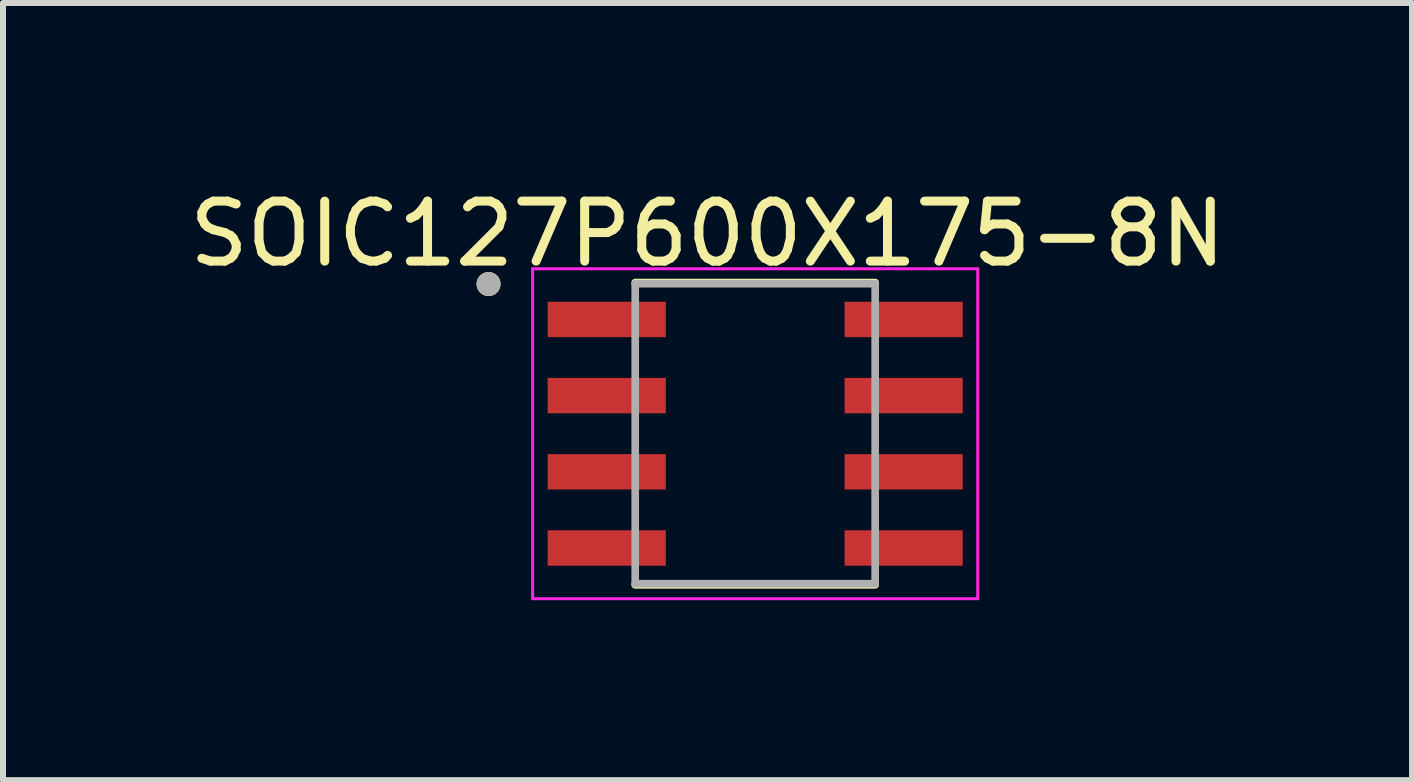
<source format=kicad_pcb>
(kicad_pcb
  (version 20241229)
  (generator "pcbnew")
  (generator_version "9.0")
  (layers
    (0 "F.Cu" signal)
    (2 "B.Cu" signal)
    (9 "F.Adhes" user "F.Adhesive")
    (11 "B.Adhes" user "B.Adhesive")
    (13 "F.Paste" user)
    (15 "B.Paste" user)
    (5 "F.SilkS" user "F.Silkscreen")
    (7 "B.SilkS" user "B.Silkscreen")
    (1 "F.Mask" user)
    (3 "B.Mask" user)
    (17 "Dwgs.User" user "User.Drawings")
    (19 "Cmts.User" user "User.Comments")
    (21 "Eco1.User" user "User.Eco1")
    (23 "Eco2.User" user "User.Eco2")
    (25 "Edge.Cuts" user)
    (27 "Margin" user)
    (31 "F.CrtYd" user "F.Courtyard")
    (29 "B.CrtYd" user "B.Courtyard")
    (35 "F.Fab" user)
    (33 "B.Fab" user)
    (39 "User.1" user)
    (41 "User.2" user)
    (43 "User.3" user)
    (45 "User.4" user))
  (footprint "SOIC127P600X175-8N"
    (layer "F.Cu")
    (at 9.539 4.18)
    (property "Reference" "SOIC127P600X175-8N" (at -0.795 -3.332 0) (layer "F.SilkS") (effects (font (size 1 1) (thickness 0.15))))
    (attr through_hole)
    (fp_line (start -2 -2.52) (end 2 -2.52) (stroke (width 0.127) (type solid)) (layer "F.SilkS"))
    (fp_line (start -2 2.52) (end 2 2.52) (stroke (width 0.127) (type solid)) (layer "F.SilkS"))
    (fp_circle (center -4.445 -2.495) (end -4.345 -2.495) (stroke (width 0.2) (type solid)) (fill no) (layer "F.SilkS"))
    (fp_line (start -3.71 -2.75) (end -3.71 2.75) (stroke (width 0.05) (type solid)) (layer "F.CrtYd"))
    (fp_line (start -3.71 -2.75) (end 3.71 -2.75) (stroke (width 0.05) (type solid)) (layer "F.CrtYd"))
    (fp_line (start -3.71 2.75) (end 3.71 2.75) (stroke (width 0.05) (type solid)) (layer "F.CrtYd"))
    (fp_line (start 3.71 -2.75) (end 3.71 2.75) (stroke (width 0.05) (type solid)) (layer "F.CrtYd"))
    (fp_line (start -2 -2.5) (end -2 2.5) (stroke (width 0.127) (type solid)) (layer "F.Fab"))
    (fp_line (start -2 -2.5) (end 2 -2.5) (stroke (width 0.127) (type solid)) (layer "F.Fab"))
    (fp_line (start -2 2.5) (end 2 2.5) (stroke (width 0.127) (type solid)) (layer "F.Fab"))
    (fp_line (start 2 -2.5) (end 2 2.5) (stroke (width 0.127) (type solid)) (layer "F.Fab"))
    (fp_circle (center -4.445 -2.495) (end -4.345 -2.495) (stroke (width 0.2) (type solid)) (fill no) (layer "F.Fab"))
    (pad "1" smd rect (at -2.475 -1.905) (size 1.97 0.59) (layers "F.Cu" "F.Mask" "F.Paste"))
    (pad "2" smd rect (at -2.475 -0.635) (size 1.97 0.59) (layers "F.Cu" "F.Mask" "F.Paste"))
    (pad "3" smd rect (at -2.475 0.635) (size 1.97 0.59) (layers "F.Cu" "F.Mask" "F.Paste"))
    (pad "4" smd rect (at -2.475 1.905) (size 1.97 0.59) (layers "F.Cu" "F.Mask" "F.Paste"))
    (pad "5" smd rect (at 2.475 1.905) (size 1.97 0.59) (layers "F.Cu" "F.Mask" "F.Paste"))
    (pad "6" smd rect (at 2.475 0.635) (size 1.97 0.59) (layers "F.Cu" "F.Mask" "F.Paste"))
    (pad "7" smd rect (at 2.475 -0.635) (size 1.97 0.59) (layers "F.Cu" "F.Mask" "F.Paste"))
    (pad "8" smd rect (at 2.475 -1.905) (size 1.97 0.59) (layers "F.Cu" "F.Mask" "F.Paste")))
  (gr_rect
    (start -3 -3)
    (end 20.488 9.955)
    (stroke (width 0.1) (type default))
    (fill no)
    (layer "Edge.Cuts")))
</source>
